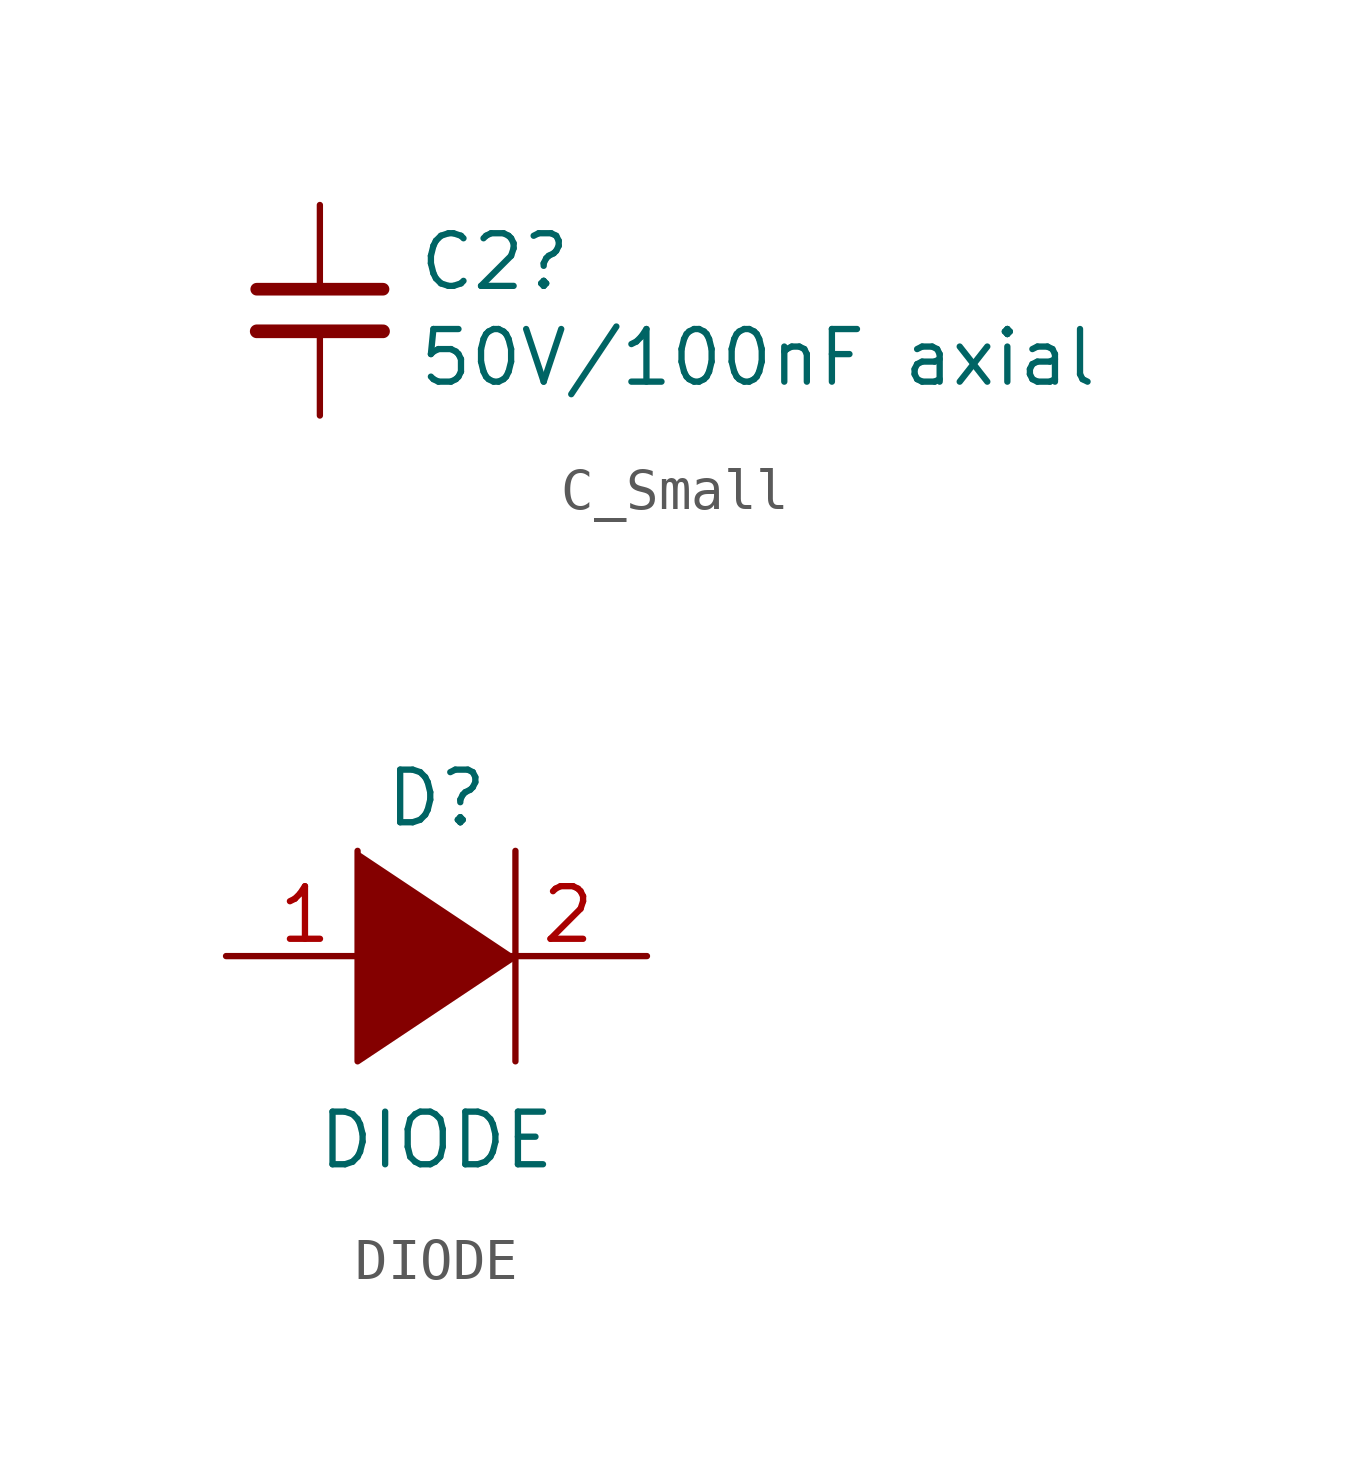
<source format=kicad_sym>
(kicad_symbol_lib
  (version 20241209)
  (generator "kicad_symbol_editor")
  (generator_version "9.0")
  (symbol "C_Small"
    (pin_numbers
      (hide yes))
    (pin_names
      (offset 0.254)
      (hide yes))
    (property "Reference" "C2"
      (at 2.337 1.168 0)
      (effects (font (size 1.27 1.27)) (justify left)))
    (property "Value" "50V/100nF axial"
      (at 2.337 -1.143 0)
      (effects (font (size 1.27 1.27)) (justify left)))
    (symbol "C_Small_0_1"
      (polyline (pts (xy -1.524 0.508) (xy 1.524 0.508)) (stroke (width 0.305) (type default)) (fill (type none)))
      (polyline (pts (xy -1.524 -0.508) (xy 1.524 -0.508)) (stroke (width 0.33) (type default)) (fill (type none))))
    (symbol "C_Small_1_1"
      (pin passive line (at 0 2.54 270) (length 2.032) (name "~" (effects (font (size 1.27 1.27)))) (number "1" (effects (font (size 1.27 1.27)))))
      (pin passive line (at 0 -2.54 90) (length 2.032) (name "~" (effects (font (size 1.27 1.27)))) (number "2" (effects (font (size 1.27 1.27)))))))
  (symbol "DIODE"
    (pin_names
      (offset 1.016)
      (hide yes))
    (property "Reference" "D"
      (at 0 3.81 0)
      (effects (font (size 1.27 1.27))))
    (property "Value" "DIODE"
      (at 0 -4.445 0)
      (effects (font (size 1.27 1.27))))
    (symbol "DIODE_0_1"
      (polyline (pts (xy -1.905 2.54) (xy -1.905 -2.54) (xy 1.905 0)) (stroke (width 0) (type default)) (fill (type outline)))
      (polyline (pts (xy 1.905 2.54) (xy 1.905 -2.54)) (stroke (width 0) (type default)) (fill (type none))))
    (symbol "DIODE_1_1"
      (pin input line (at -5.08 0 0) (length 3.81) (name "K" (effects (font (size 1.27 1.27)))) (number "1" (effects (font (size 1.27 1.27)))))
      (pin input line (at 5.08 0 180) (length 3.81) (name "A" (effects (font (size 1.27 1.27)))) (number "2" (effects (font (size 1.27 1.27))))))))
</source>
